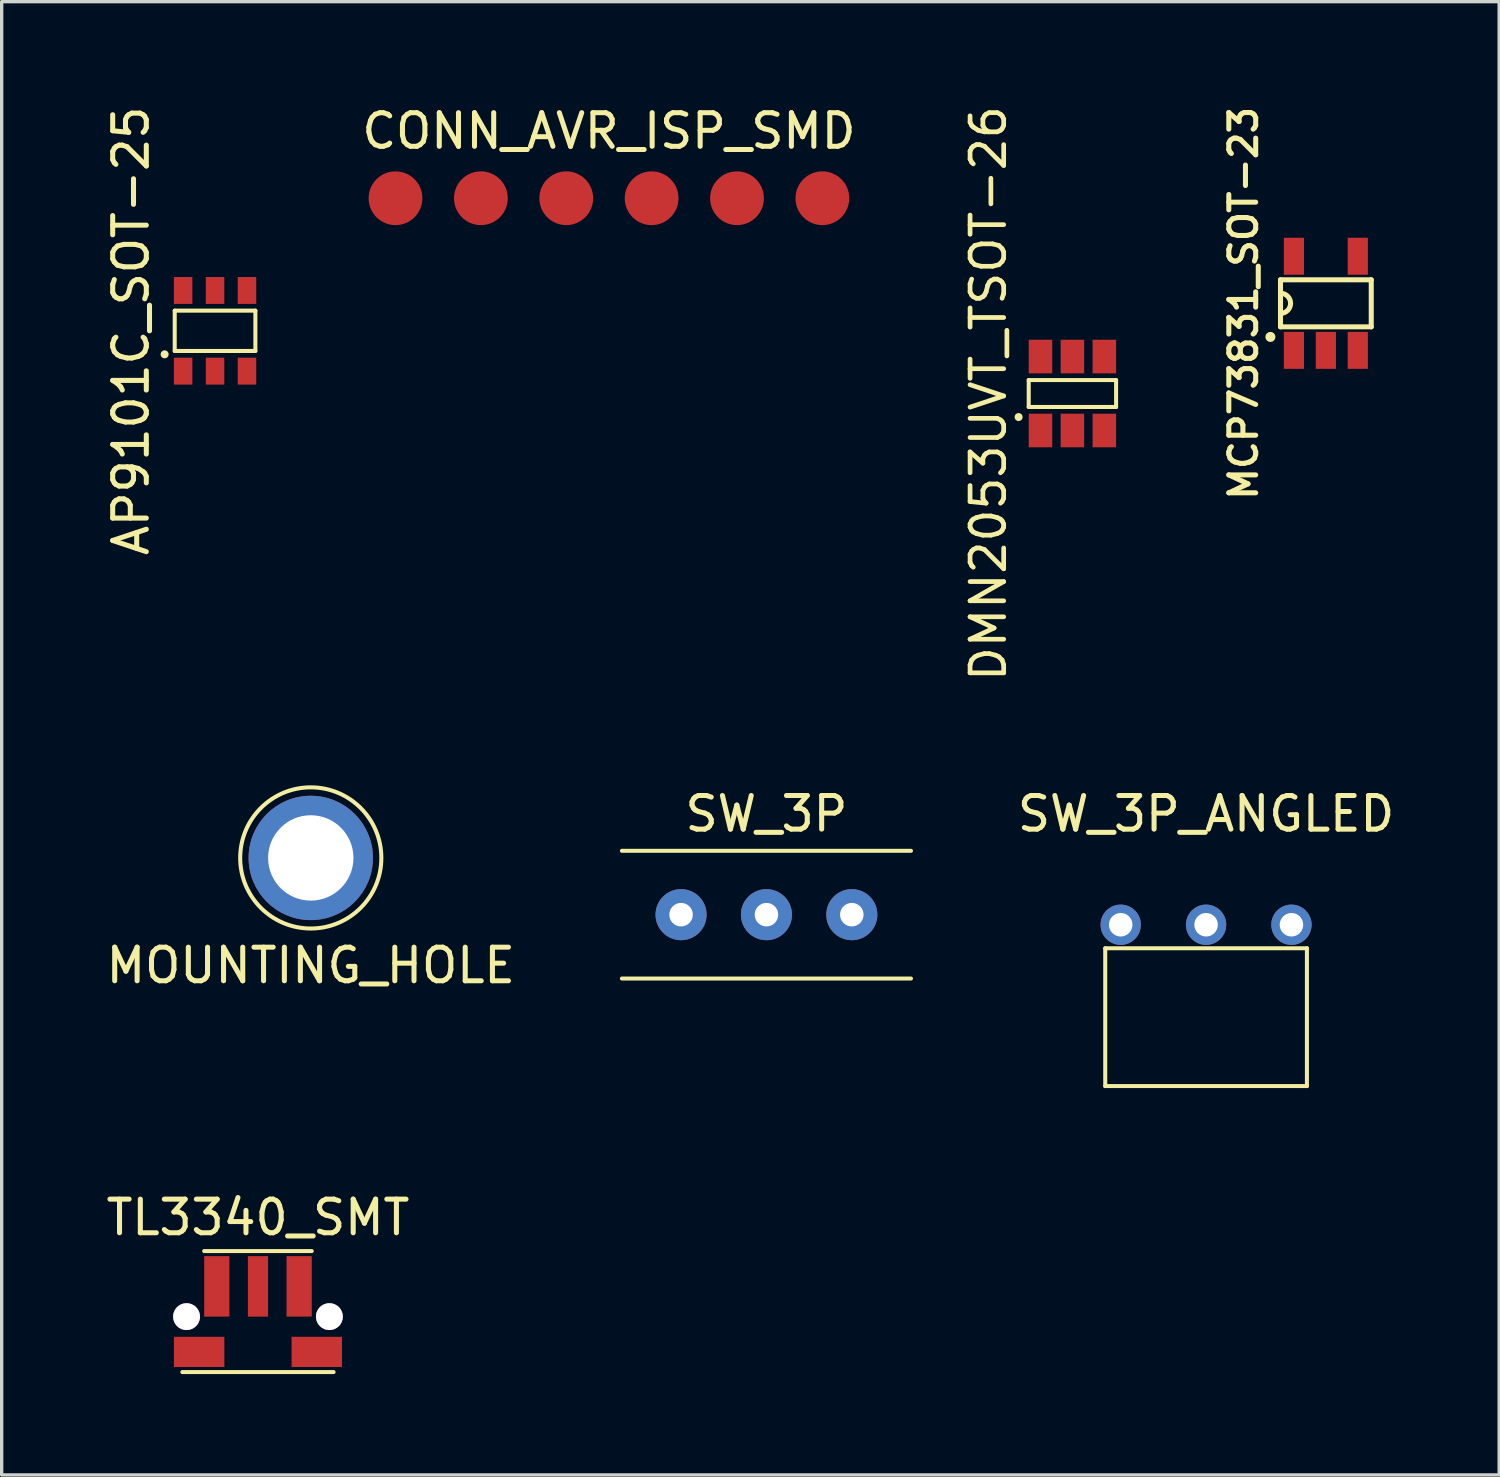
<source format=kicad_pcb>
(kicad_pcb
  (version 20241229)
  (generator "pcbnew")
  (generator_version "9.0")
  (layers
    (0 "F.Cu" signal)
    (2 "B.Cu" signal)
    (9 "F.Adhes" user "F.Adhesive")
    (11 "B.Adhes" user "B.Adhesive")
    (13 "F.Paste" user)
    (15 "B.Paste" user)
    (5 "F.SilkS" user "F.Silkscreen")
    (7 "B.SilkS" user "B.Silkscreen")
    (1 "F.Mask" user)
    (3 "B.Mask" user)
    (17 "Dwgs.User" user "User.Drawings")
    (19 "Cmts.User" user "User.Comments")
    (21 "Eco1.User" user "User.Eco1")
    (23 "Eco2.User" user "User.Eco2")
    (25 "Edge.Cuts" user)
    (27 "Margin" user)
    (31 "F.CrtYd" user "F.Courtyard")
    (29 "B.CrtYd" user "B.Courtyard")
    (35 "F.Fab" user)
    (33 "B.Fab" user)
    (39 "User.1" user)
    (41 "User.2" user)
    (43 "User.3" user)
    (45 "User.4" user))
  (footprint "SW_3P"
    (layer "F.Cu")
    (at 19.753 24.163)
    (property "Reference" "SW_3P" (at 0 -3 0) (layer "F.SilkS") (effects (font (size 1 1) (thickness 0.15))))
    (attr through_hole)
    (fp_line (start -4.3 -1.9) (end 4.3 -1.9) (stroke (width 0.12) (type solid)) (layer "F.SilkS"))
    (fp_line (start -4.3 1.9) (end 4.3 1.9) (stroke (width 0.12) (type solid)) (layer "F.SilkS"))
    (pad "1" thru_hole circle (at -2.54 0) (size 1.52 1.52) (drill 0.7) (layers "*.Cu" "*.Mask"))
    (pad "2" thru_hole circle (at 0 0) (size 1.52 1.52) (drill 0.7) (layers "*.Cu" "*.Mask"))
    (pad "3" thru_hole circle (at 2.54 0) (size 1.52 1.52) (drill 0.7) (layers "*.Cu" "*.Mask")))
  (footprint "CONN_AVR_ISP_SMD"
    (layer "F.Cu")
    (at 15.067 2.848)
    (property "Reference" "CONN_AVR_ISP_SMD" (at 0 -2 0) (layer "F.SilkS") (effects (font (size 1 1) (thickness 0.15))))
    (attr through_hole)
    (pad "1" smd circle (at -6.35 0) (size 1.6 1.6) (layers "F.Cu" "F.Mask" "F.Paste"))
    (pad "2" smd circle (at -3.81 0) (size 1.6 1.6) (layers "F.Cu" "F.Mask" "F.Paste"))
    (pad "3" smd circle (at -1.27 0) (size 1.6 1.6) (layers "F.Cu" "F.Mask" "F.Paste"))
    (pad "4" smd circle (at 1.27 0) (size 1.6 1.6) (layers "F.Cu" "F.Mask" "F.Paste"))
    (pad "5" smd circle (at 3.81 0) (size 1.6 1.6) (layers "F.Cu" "F.Mask" "F.Paste"))
    (pad "6" smd circle (at 6.35 0) (size 1.6 1.6) (layers "F.Cu" "F.Mask" "F.Paste")))
  (footprint "TL3340_SMT"
    (layer "F.Cu")
    (at 4.625 37.172)
    (property "Reference" "TL3340_SMT" (at 0 -4 0) (layer "F.SilkS") (effects (font (size 1 1) (thickness 0.15))))
    (attr through_hole)
    (fp_line (start -2.25 0.6) (end 2.25 0.6) (stroke (width 0.12) (type solid)) (layer "F.SilkS"))
    (fp_line (start -1.6 -3) (end 1.6 -3) (stroke (width 0.12) (type solid)) (layer "F.SilkS"))
    (pad "1" smd rect (at 0 -1.95) (size 0.6 1.8) (layers "F.Cu" "F.Mask" "F.Paste"))
    (pad "2" smd rect (at -1.225 -1.95) (size 0.75 1.8) (layers "F.Cu" "F.Mask" "F.Paste"))
    (pad "2" smd rect (at 1.225 -1.95) (size 0.75 1.8) (layers "F.Cu" "F.Mask" "F.Paste"))
    (pad "~" thru_hole circle (at -2.125 -1.05) (size 0.8 0.8) (drill 0.8) (layers "*.Cu" "*.Mask"))
    (pad "~" smd rect (at -1.75 0) (size 1.5 0.9) (layers "F.Cu" "F.Mask" "F.Paste"))
    (pad "~" smd rect (at 1.75 0) (size 1.5 0.9) (layers "F.Cu" "F.Mask" "F.Paste"))
    (pad "~" thru_hole circle (at 2.125 -1.05) (size 0.8 0.8) (drill 0.8) (layers "*.Cu" "*.Mask")))
  (footprint "AP9101C_SOT-25"
    (layer "F.Cu")
    (at 3.348 6.792)
    (property "Reference" "AP9101C_SOT-25" (at -2.5 0 90) (layer "F.SilkS") (effects (font (size 1 1) (thickness 0.15))))
    (attr through_hole)
    (fp_line (start -1.2 -0.6) (end 1.2 -0.6) (stroke (width 0.12) (type solid)) (layer "F.SilkS"))
    (fp_line (start -1.2 0.6) (end -1.2 -0.6) (stroke (width 0.12) (type solid)) (layer "F.SilkS"))
    (fp_line (start 1.2 -0.6) (end 1.2 0.6) (stroke (width 0.12) (type solid)) (layer "F.SilkS"))
    (fp_line (start 1.2 0.6) (end -1.2 0.6) (stroke (width 0.12) (type solid)) (layer "F.SilkS"))
    (fp_circle (center -1.5 0.7) (end -1.44 0.7) (stroke (width 0.12) (type solid)) (fill no) (layer "F.SilkS"))
    (pad "1" smd rect (at -0.95 1.2) (size 0.55 0.8) (layers "F.Cu" "F.Mask" "F.Paste"))
    (pad "2" smd rect (at 0 1.2) (size 0.55 0.8) (layers "F.Cu" "F.Mask" "F.Paste"))
    (pad "3" smd rect (at 0.95 1.2) (size 0.55 0.8) (layers "F.Cu" "F.Mask" "F.Paste"))
    (pad "4" smd rect (at 0.95 -1.2) (size 0.55 0.8) (layers "F.Cu" "F.Mask" "F.Paste"))
    (pad "5" smd rect (at 0 -1.2) (size 0.55 0.8) (layers "F.Cu" "F.Mask" "F.Paste"))
    (pad "6" smd rect (at -0.95 -1.2) (size 0.55 0.8) (layers "F.Cu" "F.Mask" "F.Paste")))
  (footprint "DMN2053UVT_TSOT-26"
    (layer "F.Cu")
    (at 28.856 8.658)
    (property "Reference" "DMN2053UVT_TSOT-26" (at -2.5 0 90) (layer "F.SilkS") (effects (font (size 1 1) (thickness 0.14))))
    (attr through_hole)
    (fp_line (start -1.3 -0.4) (end -1.3 0.4) (stroke (width 0.12) (type solid)) (layer "F.SilkS"))
    (fp_line (start -1.3 0.4) (end 1.3 0.4) (stroke (width 0.12) (type solid)) (layer "F.SilkS"))
    (fp_line (start 1.3 -0.4) (end -1.3 -0.4) (stroke (width 0.12) (type solid)) (layer "F.SilkS"))
    (fp_line (start 1.3 0.4) (end 1.3 -0.4) (stroke (width 0.12) (type solid)) (layer "F.SilkS"))
    (fp_circle (center -1.6 0.7) (end -1.54 0.7) (stroke (width 0.12) (type solid)) (fill no) (layer "F.SilkS"))
    (pad "1" smd rect (at -0.95 1.1) (size 0.7 1) (layers "F.Cu" "F.Mask" "F.Paste"))
    (pad "2" smd rect (at 0 1.1) (size 0.7 1) (layers "F.Cu" "F.Mask" "F.Paste"))
    (pad "3" smd rect (at 0.95 1.1) (size 0.7 1) (layers "F.Cu" "F.Mask" "F.Paste"))
    (pad "4" smd rect (at 0.95 -1.1) (size 0.7 1) (layers "F.Cu" "F.Mask" "F.Paste"))
    (pad "5" smd rect (at 0 -1.1) (size 0.7 1) (layers "F.Cu" "F.Mask" "F.Paste"))
    (pad "6" smd rect (at -0.95 -1.1) (size 0.7 1) (layers "F.Cu" "F.Mask" "F.Paste")))
  (footprint "MOUNTING_HOLE"
    (layer "F.Cu")
    (at 6.196 22.475)
    (property "Reference" "MOUNTING_HOLE" (at 0 3.2 0) (layer "F.SilkS") (effects (font (size 1 1) (thickness 0.15))))
    (attr through_hole)
    (fp_circle (center 0 0) (end 2.1 0) (stroke (width 0.12) (type solid)) (fill no) (layer "F.SilkS"))
    (pad "~" thru_hole circle (at 0 0) (size 3.7 3.7) (drill 2.54) (layers "*.Cu" "*.Mask")))
  (footprint "MCP73831_SOT-23"
    (layer "F.Cu")
    (at 35.447 7.374)
    (property "Reference" "MCP73831_SOT-23" (at -1.5 -1.4 270) (layer "F.SilkS") (effects (font (size 0.8 0.8) (thickness 0.15))))
    (attr through_hole)
    (fp_line (start -0.4 -2.1) (end -0.4 -0.7) (stroke (width 0.15) (type solid)) (layer "F.SilkS"))
    (fp_line (start -0.4 -0.7) (end 2.3 -0.7) (stroke (width 0.15) (type solid)) (layer "F.SilkS"))
    (fp_line (start 2.3 -2.1) (end -0.4 -2.1) (stroke (width 0.15) (type solid)) (layer "F.SilkS"))
    (fp_line (start 2.3 -0.7) (end 2.3 -2.1) (stroke (width 0.15) (type solid)) (layer "F.SilkS"))
    (fp_arc (start -0.4 -1.7) (mid -0.1 -1.4) (end -0.4 -1.1) (stroke (width 0.15) (type solid)) (layer "F.SilkS"))
    (fp_circle (center -0.7 -0.4) (end -0.625 -0.4) (stroke (width 0.15) (type solid)) (fill no) (layer "F.SilkS"))
    (pad "1" smd rect (at 0 0) (size 0.6 1.1) (layers "F.Cu" "F.Mask" "F.Paste"))
    (pad "2" smd rect (at 0.95 0) (size 0.6 1.1) (layers "F.Cu" "F.Mask" "F.Paste"))
    (pad "3" smd rect (at 1.9 0) (size 0.6 1.1) (layers "F.Cu" "F.Mask" "F.Paste"))
    (pad "4" smd rect (at 1.9 -2.8) (size 0.6 1.1) (layers "F.Cu" "F.Mask" "F.Paste"))
    (pad "5" smd rect (at 0 -2.8) (size 0.6 1.1) (layers "F.Cu" "F.Mask" "F.Paste")))
  (footprint "SW_3P_ANGLED"
    (layer "F.Cu")
    (at 32.833 24.463)
    (property "Reference" "SW_3P_ANGLED" (at 0 -3.3 0) (layer "F.SilkS") (effects (font (size 1 1) (thickness 0.15))))
    (attr through_hole)
    (fp_line (start -3 0.7) (end -3 4.8) (stroke (width 0.12) (type solid)) (layer "F.SilkS"))
    (fp_line (start -3 4.8) (end 3 4.8) (stroke (width 0.12) (type solid)) (layer "F.SilkS"))
    (fp_line (start 3 0.7) (end -3 0.7) (stroke (width 0.12) (type solid)) (layer "F.SilkS"))
    (fp_line (start 3 4.8) (end 3 0.7) (stroke (width 0.12) (type solid)) (layer "F.SilkS"))
    (pad "1" thru_hole circle (at -2.54 0) (size 1.2 1.2) (drill 0.7) (layers "*.Cu" "*.Mask"))
    (pad "2" thru_hole circle (at 0 0) (size 1.2 1.2) (drill 0.7) (layers "*.Cu" "*.Mask"))
    (pad "3" thru_hole circle (at 2.54 0) (size 1.2 1.2) (drill 0.7) (layers "*.Cu" "*.Mask")))
  (gr_rect
    (start -3 -3)
    (end 41.553 40.832)
    (stroke (width 0.1) (type default))
    (fill no)
    (layer "Edge.Cuts")))
</source>
